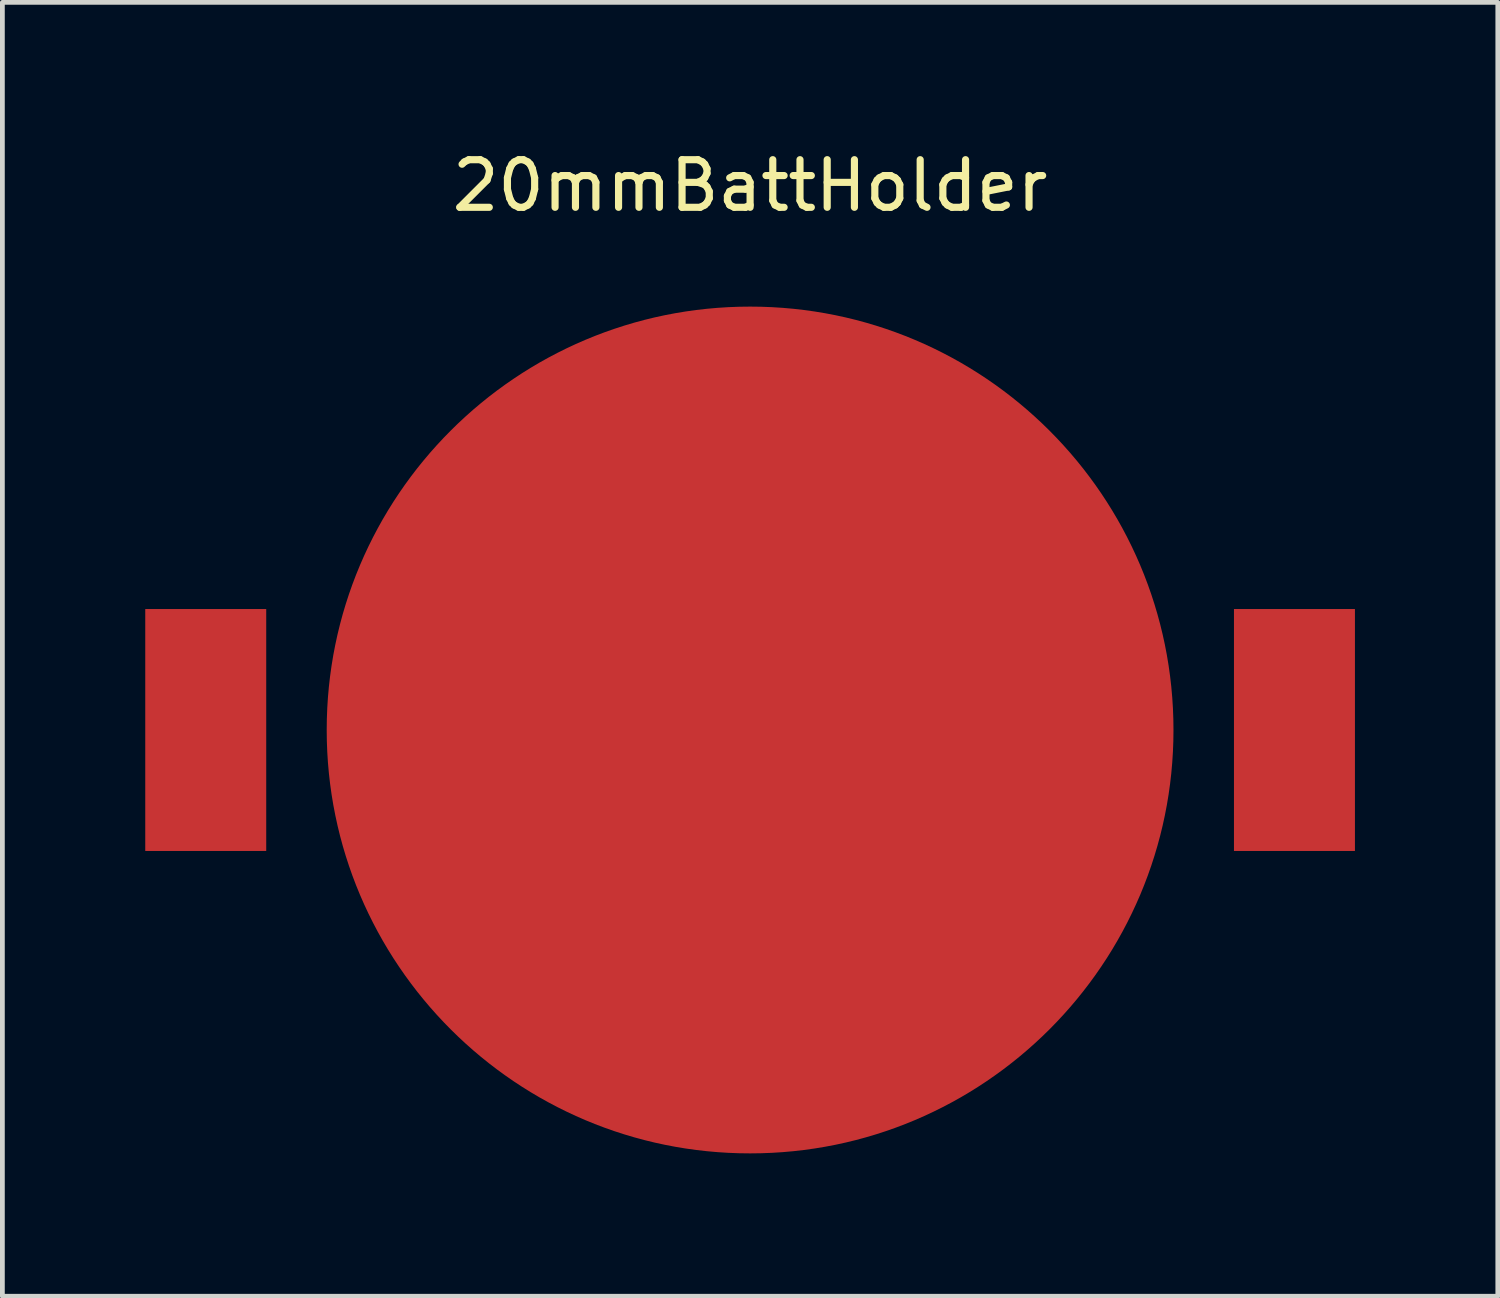
<source format=kicad_pcb>
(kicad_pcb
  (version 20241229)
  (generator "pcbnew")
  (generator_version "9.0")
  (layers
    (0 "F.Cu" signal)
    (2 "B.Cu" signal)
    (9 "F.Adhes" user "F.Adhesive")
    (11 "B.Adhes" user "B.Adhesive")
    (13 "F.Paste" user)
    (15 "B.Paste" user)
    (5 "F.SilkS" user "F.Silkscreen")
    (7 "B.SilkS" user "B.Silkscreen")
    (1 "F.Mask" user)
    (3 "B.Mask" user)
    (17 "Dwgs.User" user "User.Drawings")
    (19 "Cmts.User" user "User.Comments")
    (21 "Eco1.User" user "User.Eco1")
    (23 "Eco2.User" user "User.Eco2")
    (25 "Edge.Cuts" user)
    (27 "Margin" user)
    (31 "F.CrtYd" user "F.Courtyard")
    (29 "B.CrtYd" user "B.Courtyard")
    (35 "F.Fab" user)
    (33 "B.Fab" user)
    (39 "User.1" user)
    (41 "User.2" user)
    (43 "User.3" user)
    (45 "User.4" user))
  (footprint "20mmBattHolder"
    (layer "F.Cu")
    (at 12.7 12.278)
    (property "Reference" "20mmBattHolder" (at 0 -11.43 0) (layer "F.SilkS") (effects (font (size 1 1) (thickness 0.15))))
    (attr through_hole)
    (pad "1" smd circle (at 0 0) (size 17.78 17.78) (layers "F.Cu" "F.Mask" "F.Paste"))
    (pad "2" smd rect (at -11.43 0) (size 2.54 5.08) (layers "F.Cu" "F.Mask" "F.Paste"))
    (pad "3" smd rect (at 11.43 0) (size 2.54 5.08) (layers "F.Cu" "F.Mask" "F.Paste")))
  (gr_rect
    (start -3 -3)
    (end 28.4 24.168)
    (stroke (width 0.1) (type default))
    (fill no)
    (layer "Edge.Cuts")))
</source>
